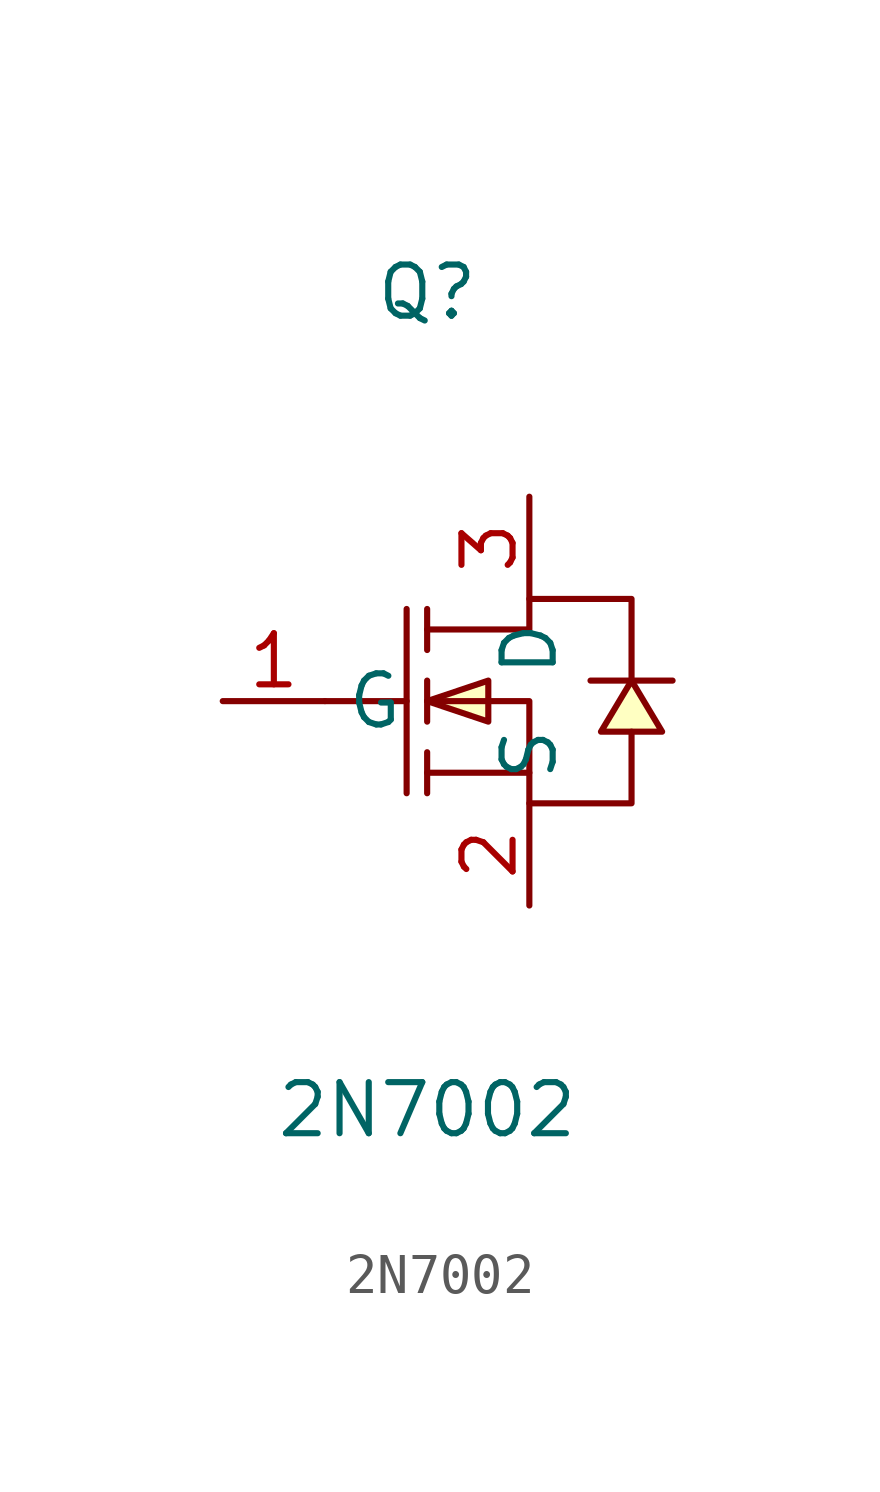
<source format=kicad_sym>
(kicad_symbol_lib
  (version 1)
  (generator "faebryk")
  (symbol "2N7002"
    (property "Reference" "Q"
      (at 0 10.16 0)
      (effects (font (size 1.27 1.27)) (hide no)))
    (property "Value" "2N7002"
      (at 0 -10.16 0)
      (effects (font (size 1.27 1.27)) (hide no)))
    (symbol "2N7002_0_1"
      (polyline (stroke (width 0) (type default) (color 0 0 0 0)) (fill (type none)) (pts (xy 0 1.78) (xy 2.54 1.78) (xy 2.54 2.54) (xy 5.08 2.54) (xy 5.08 0.51)))
      (polyline (stroke (width 0) (type default) (color 0 0 0 0)) (fill (type none)) (pts (xy 0 0) (xy 2.54 0) (xy 2.54 -2.54) (xy 5.08 -2.54) (xy 5.08 -0.76)))
      (polyline (stroke (width 0) (type default) (color 0 0 0 0)) (fill (type none)) (pts (xy 2.54 -1.78) (xy 0 -1.78)))
      (polyline (stroke (width 0) (type default) (color 0 0 0 0)) (fill (type none)) (pts (xy -0.51 2.29) (xy -0.51 -2.29)))
      (polyline (stroke (width 0) (type default) (color 0 0 0 0)) (fill (type none)) (pts (xy 0 2.29) (xy 0 1.27)))
      (polyline (stroke (width 0) (type default) (color 0 0 0 0)) (fill (type none)) (pts (xy 0 -0.51) (xy 0 0.51)))
      (polyline (stroke (width 0) (type default) (color 0 0 0 0)) (fill (type none)) (pts (xy 0 -2.29) (xy 0 -1.27)))
      (polyline (stroke (width 0) (type default) (color 0 0 0 0)) (fill (type none)) (pts (xy -2.54 0) (xy -0.51 0)))
      (polyline (stroke (width 0) (type default) (color 0 0 0 0)) (fill (type none)) (pts (xy 6.1 0.51) (xy 5.59 0.51) (xy 4.57 0.51) (xy 4.06 0.51)))
      (polyline (stroke (width 0) (type default) (color 0 0 0 0)) (fill (type background)) (pts (xy 0 0) (xy 1.52 -0.51) (xy 1.52 0.51) (xy 0 0)))
      (polyline (stroke (width 0) (type default) (color 0 0 0 0)) (fill (type background)) (pts (xy 5.08 0.51) (xy 4.32 -0.76) (xy 5.84 -0.76) (xy 5.08 0.51)))
      (pin unspecified line (at 2.54 5.08 270) (length 2.54) (name "D" (effects (font (size 1.27 1.27)) (hide no))) (number "3" (effects (font (size 1.27 1.27)) (hide no))))
      (pin unspecified line (at -5.08 0 0) (length 2.54) (name "G" (effects (font (size 1.27 1.27)) (hide no))) (number "1" (effects (font (size 1.27 1.27)) (hide no))))
      (pin unspecified line (at 2.54 -5.08 90) (length 2.54) (name "S" (effects (font (size 1.27 1.27)) (hide no))) (number "2" (effects (font (size 1.27 1.27)) (hide no)))))))
</source>
